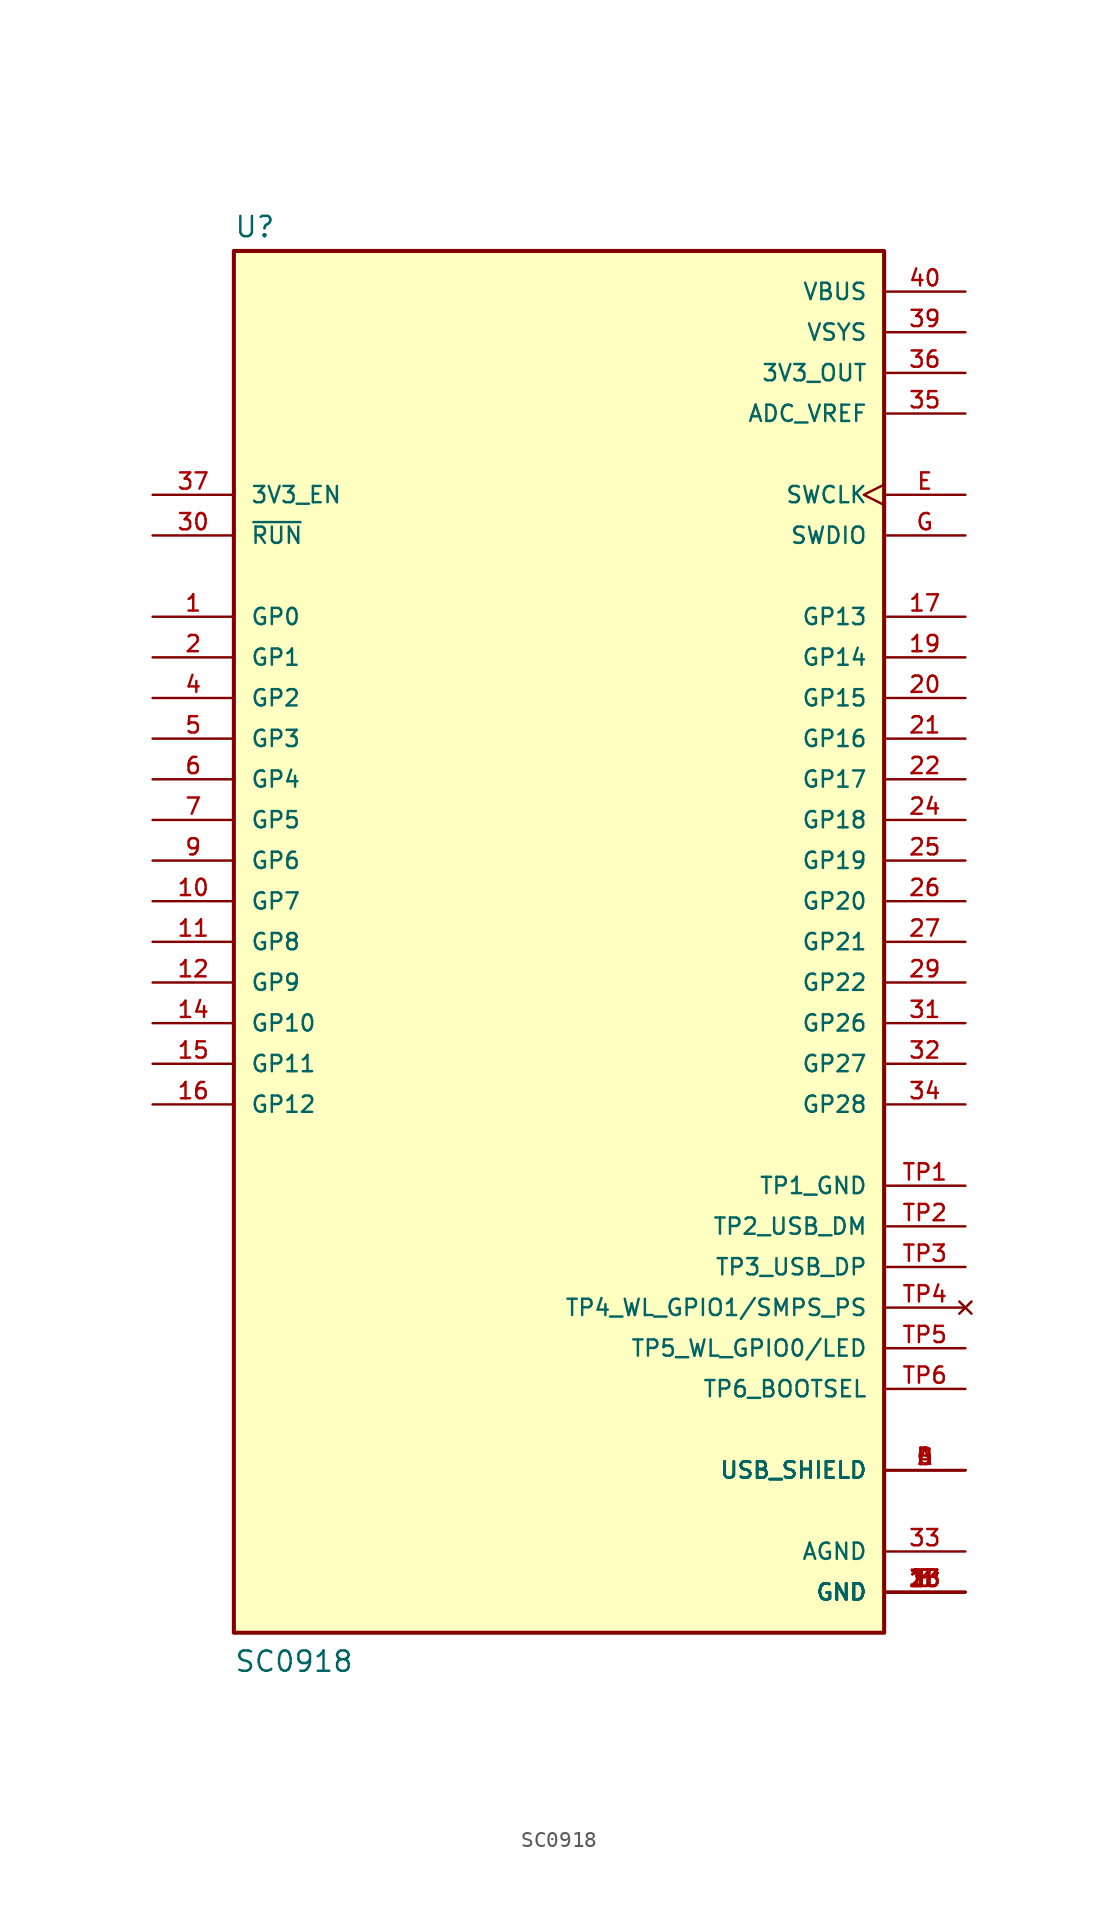
<source format=kicad_sym>
(kicad_symbol_lib
  (version 20211014)
  (generator kicad_symbol_editor)
  (symbol "SC0918"
    (pin_names
      (offset 1.016))
    (property "Reference" "U"
      (at -20.32 43.942 0)
      (effects (font (size 1.27 1.27)) (justify bottom left)))
    (property "Value" "SC0918"
      (at -20.32 -45.72 0)
      (effects (font (size 1.27 1.27)) (justify bottom left)))
    (symbol "SC0918_0_0"
      (rectangle (start -20.32 -43.18) (end 20.32 43.18) (stroke (width 0.254)) (fill (type background)))
      (pin bidirectional line (at -25.4 20.32 0) (length 5.08) (name "GP0" (effects (font (size 1.016 1.016)))) (number "1" (effects (font (size 1.016 1.016)))))
      (pin bidirectional line (at -25.4 17.78 0) (length 5.08) (name "GP1" (effects (font (size 1.016 1.016)))) (number "2" (effects (font (size 1.016 1.016)))))
      (pin power_in line (at 25.4 -40.64 180.0) (length 5.08) (name "GND" (effects (font (size 1.016 1.016)))) (number "3" (effects (font (size 1.016 1.016)))))
      (pin power_in line (at 25.4 -40.64 180.0) (length 5.08) (name "GND" (effects (font (size 1.016 1.016)))) (number "8" (effects (font (size 1.016 1.016)))))
      (pin power_in line (at 25.4 -40.64 180.0) (length 5.08) (name "GND" (effects (font (size 1.016 1.016)))) (number "13" (effects (font (size 1.016 1.016)))))
      (pin power_in line (at 25.4 -40.64 180.0) (length 5.08) (name "GND" (effects (font (size 1.016 1.016)))) (number "18" (effects (font (size 1.016 1.016)))))
      (pin power_in line (at 25.4 -40.64 180.0) (length 5.08) (name "GND" (effects (font (size 1.016 1.016)))) (number "23" (effects (font (size 1.016 1.016)))))
      (pin power_in line (at 25.4 -40.64 180.0) (length 5.08) (name "GND" (effects (font (size 1.016 1.016)))) (number "28" (effects (font (size 1.016 1.016)))))
      (pin power_in line (at 25.4 -40.64 180.0) (length 5.08) (name "GND" (effects (font (size 1.016 1.016)))) (number "38" (effects (font (size 1.016 1.016)))))
      (pin power_in line (at 25.4 -40.64 180.0) (length 5.08) (name "GND" (effects (font (size 1.016 1.016)))) (number "F" (effects (font (size 1.016 1.016)))))
      (pin bidirectional line (at -25.4 15.24 0) (length 5.08) (name "GP2" (effects (font (size 1.016 1.016)))) (number "4" (effects (font (size 1.016 1.016)))))
      (pin bidirectional line (at -25.4 12.7 0) (length 5.08) (name "GP3" (effects (font (size 1.016 1.016)))) (number "5" (effects (font (size 1.016 1.016)))))
      (pin bidirectional line (at -25.4 10.16 0) (length 5.08) (name "GP4" (effects (font (size 1.016 1.016)))) (number "6" (effects (font (size 1.016 1.016)))))
      (pin bidirectional line (at -25.4 7.62 0) (length 5.08) (name "GP5" (effects (font (size 1.016 1.016)))) (number "7" (effects (font (size 1.016 1.016)))))
      (pin bidirectional line (at -25.4 5.08 0) (length 5.08) (name "GP6" (effects (font (size 1.016 1.016)))) (number "9" (effects (font (size 1.016 1.016)))))
      (pin bidirectional line (at -25.4 2.54 0) (length 5.08) (name "GP7" (effects (font (size 1.016 1.016)))) (number "10" (effects (font (size 1.016 1.016)))))
      (pin bidirectional line (at -25.4 -2.54 0) (length 5.08) (name "GP9" (effects (font (size 1.016 1.016)))) (number "12" (effects (font (size 1.016 1.016)))))
      (pin bidirectional line (at -25.4 0.0 0) (length 5.08) (name "GP8" (effects (font (size 1.016 1.016)))) (number "11" (effects (font (size 1.016 1.016)))))
      (pin bidirectional line (at -25.4 -5.08 0) (length 5.08) (name "GP10" (effects (font (size 1.016 1.016)))) (number "14" (effects (font (size 1.016 1.016)))))
      (pin bidirectional line (at -25.4 -7.62 0) (length 5.08) (name "GP11" (effects (font (size 1.016 1.016)))) (number "15" (effects (font (size 1.016 1.016)))))
      (pin bidirectional line (at -25.4 -10.16 0) (length 5.08) (name "GP12" (effects (font (size 1.016 1.016)))) (number "16" (effects (font (size 1.016 1.016)))))
      (pin bidirectional line (at 25.4 20.32 180.0) (length 5.08) (name "GP13" (effects (font (size 1.016 1.016)))) (number "17" (effects (font (size 1.016 1.016)))))
      (pin bidirectional line (at 25.4 17.78 180.0) (length 5.08) (name "GP14" (effects (font (size 1.016 1.016)))) (number "19" (effects (font (size 1.016 1.016)))))
      (pin bidirectional line (at 25.4 15.24 180.0) (length 5.08) (name "GP15" (effects (font (size 1.016 1.016)))) (number "20" (effects (font (size 1.016 1.016)))))
      (pin bidirectional line (at 25.4 12.7 180.0) (length 5.08) (name "GP16" (effects (font (size 1.016 1.016)))) (number "21" (effects (font (size 1.016 1.016)))))
      (pin bidirectional line (at 25.4 10.16 180.0) (length 5.08) (name "GP17" (effects (font (size 1.016 1.016)))) (number "22" (effects (font (size 1.016 1.016)))))
      (pin bidirectional line (at 25.4 7.62 180.0) (length 5.08) (name "GP18" (effects (font (size 1.016 1.016)))) (number "24" (effects (font (size 1.016 1.016)))))
      (pin bidirectional line (at 25.4 5.08 180.0) (length 5.08) (name "GP19" (effects (font (size 1.016 1.016)))) (number "25" (effects (font (size 1.016 1.016)))))
      (pin bidirectional line (at 25.4 2.54 180.0) (length 5.08) (name "GP20" (effects (font (size 1.016 1.016)))) (number "26" (effects (font (size 1.016 1.016)))))
      (pin bidirectional line (at 25.4 0.0 180.0) (length 5.08) (name "GP21" (effects (font (size 1.016 1.016)))) (number "27" (effects (font (size 1.016 1.016)))))
      (pin bidirectional line (at 25.4 -2.54 180.0) (length 5.08) (name "GP22" (effects (font (size 1.016 1.016)))) (number "29" (effects (font (size 1.016 1.016)))))
      (pin input line (at -25.4 25.4 0) (length 5.08) (name "~{RUN}" (effects (font (size 1.016 1.016)))) (number "30" (effects (font (size 1.016 1.016)))))
      (pin bidirectional line (at 25.4 -5.08 180.0) (length 5.08) (name "GP26" (effects (font (size 1.016 1.016)))) (number "31" (effects (font (size 1.016 1.016)))))
      (pin bidirectional line (at 25.4 -7.62 180.0) (length 5.08) (name "GP27" (effects (font (size 1.016 1.016)))) (number "32" (effects (font (size 1.016 1.016)))))
      (pin power_in line (at 25.4 -38.1 180.0) (length 5.08) (name "AGND" (effects (font (size 1.016 1.016)))) (number "33" (effects (font (size 1.016 1.016)))))
      (pin bidirectional line (at 25.4 -10.16 180.0) (length 5.08) (name "GP28" (effects (font (size 1.016 1.016)))) (number "34" (effects (font (size 1.016 1.016)))))
      (pin power_in line (at 25.4 33.02 180.0) (length 5.08) (name "ADC_VREF" (effects (font (size 1.016 1.016)))) (number "35" (effects (font (size 1.016 1.016)))))
      (pin power_in line (at 25.4 35.56 180.0) (length 5.08) (name "3V3_OUT" (effects (font (size 1.016 1.016)))) (number "36" (effects (font (size 1.016 1.016)))))
      (pin input line (at -25.4 27.94 0) (length 5.08) (name "3V3_EN" (effects (font (size 1.016 1.016)))) (number "37" (effects (font (size 1.016 1.016)))))
      (pin power_in line (at 25.4 38.1 180.0) (length 5.08) (name "VSYS" (effects (font (size 1.016 1.016)))) (number "39" (effects (font (size 1.016 1.016)))))
      (pin power_in line (at 25.4 40.64 180.0) (length 5.08) (name "VBUS" (effects (font (size 1.016 1.016)))) (number "40" (effects (font (size 1.016 1.016)))))
      (pin input clock (at 25.4 27.94 180.0) (length 5.08) (name "SWCLK" (effects (font (size 1.016 1.016)))) (number "E" (effects (font (size 1.016 1.016)))))
      (pin bidirectional line (at 25.4 25.4 180.0) (length 5.08) (name "SWDIO" (effects (font (size 1.016 1.016)))) (number "G" (effects (font (size 1.016 1.016)))))
      (pin power_in line (at 25.4 -15.24 180.0) (length 5.08) (name "TP1_GND" (effects (font (size 1.016 1.016)))) (number "TP1" (effects (font (size 1.016 1.016)))))
      (pin bidirectional line (at 25.4 -17.78 180.0) (length 5.08) (name "TP2_USB_DM" (effects (font (size 1.016 1.016)))) (number "TP2" (effects (font (size 1.016 1.016)))))
      (pin bidirectional line (at 25.4 -20.32 180.0) (length 5.08) (name "TP3_USB_DP" (effects (font (size 1.016 1.016)))) (number "TP3" (effects (font (size 1.016 1.016)))))
      (pin no_connect line (at 25.4 -22.86 180.0) (length 5.08) (name "TP4_WL_GPIO1/SMPS_PS" (effects (font (size 1.016 1.016)))) (number "TP4" (effects (font (size 1.016 1.016)))))
      (pin output line (at 25.4 -25.4 180.0) (length 5.08) (name "TP5_WL_GPIO0/LED" (effects (font (size 1.016 1.016)))) (number "TP5" (effects (font (size 1.016 1.016)))))
      (pin input line (at 25.4 -27.94 180.0) (length 5.08) (name "TP6_BOOTSEL" (effects (font (size 1.016 1.016)))) (number "TP6" (effects (font (size 1.016 1.016)))))
      (pin power_in line (at 25.4 -33.02 180.0) (length 5.08) (name "USB_SHIELD" (effects (font (size 1.016 1.016)))) (number "A" (effects (font (size 1.016 1.016)))))
      (pin power_in line (at 25.4 -33.02 180.0) (length 5.08) (name "USB_SHIELD" (effects (font (size 1.016 1.016)))) (number "B" (effects (font (size 1.016 1.016)))))
      (pin power_in line (at 25.4 -33.02 180.0) (length 5.08) (name "USB_SHIELD" (effects (font (size 1.016 1.016)))) (number "C" (effects (font (size 1.016 1.016)))))
      (pin power_in line (at 25.4 -33.02 180.0) (length 5.08) (name "USB_SHIELD" (effects (font (size 1.016 1.016)))) (number "D" (effects (font (size 1.016 1.016))))))))
</source>
